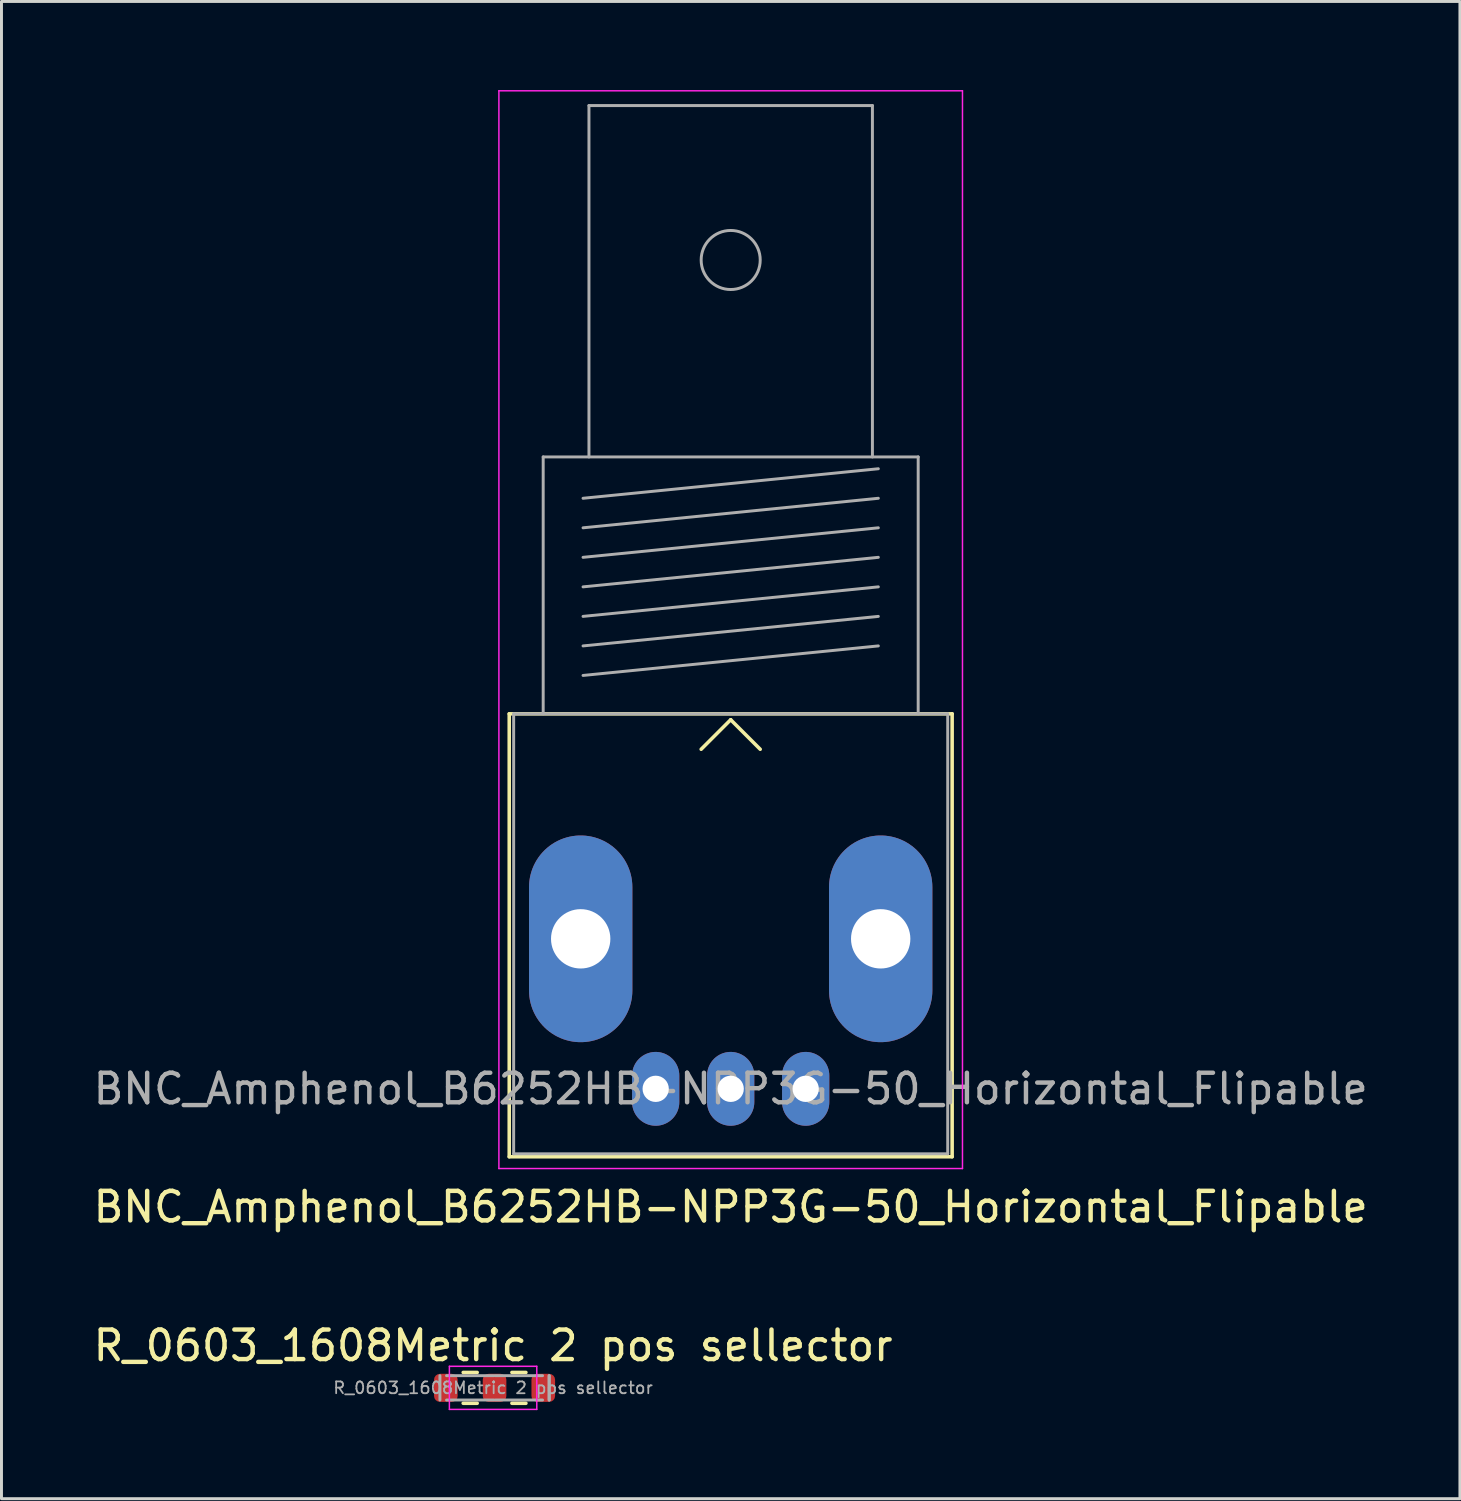
<source format=kicad_pcb>
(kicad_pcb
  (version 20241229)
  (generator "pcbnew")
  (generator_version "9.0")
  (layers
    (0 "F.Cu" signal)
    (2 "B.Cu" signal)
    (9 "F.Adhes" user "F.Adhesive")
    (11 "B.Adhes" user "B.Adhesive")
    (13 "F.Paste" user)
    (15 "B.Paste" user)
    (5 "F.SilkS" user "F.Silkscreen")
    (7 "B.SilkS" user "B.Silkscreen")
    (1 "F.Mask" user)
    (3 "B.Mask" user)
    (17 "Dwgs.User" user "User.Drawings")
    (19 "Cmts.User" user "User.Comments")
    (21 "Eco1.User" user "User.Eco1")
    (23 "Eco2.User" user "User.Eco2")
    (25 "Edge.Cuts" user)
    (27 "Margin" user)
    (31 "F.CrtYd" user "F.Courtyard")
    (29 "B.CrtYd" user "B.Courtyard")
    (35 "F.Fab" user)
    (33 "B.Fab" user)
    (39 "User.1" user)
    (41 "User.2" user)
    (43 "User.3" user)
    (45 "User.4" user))
  (footprint "BNC_Amphenol_B6252HB-NPP3G-50_Horizontal_Flipable"
    (layer "F.Cu")
    (at 21.696 33.825)
    (property "Reference" "BNC_Amphenol_B6252HB-NPP3G-50_Horizontal_Flipable" (at 0 4 0) (layer "F.SilkS") (effects (font (size 1 1) (thickness 0.15))))
    (attr through_hole)
    (fp_line (start -7.5 -12.7) (end 7.5 -12.7) (stroke (width 0.12) (type solid)) (layer "F.SilkS"))
    (fp_line (start -7.5 2.3) (end -7.5 -12.7) (stroke (width 0.12) (type solid)) (layer "F.SilkS"))
    (fp_line (start 0 -12.5) (end -1 -11.5) (stroke (width 0.12) (type solid)) (layer "F.SilkS"))
    (fp_line (start 0 -12.5) (end 1 -11.5) (stroke (width 0.12) (type solid)) (layer "F.SilkS"))
    (fp_line (start 7.5 -12.7) (end 7.5 2.3) (stroke (width 0.12) (type solid)) (layer "F.SilkS"))
    (fp_line (start 7.5 2.3) (end -7.5 2.3) (stroke (width 0.12) (type solid)) (layer "F.SilkS"))
    (fp_line (start -7.85 2.7) (end -7.85 -33.8) (stroke (width 0.05) (type solid)) (layer "F.CrtYd"))
    (fp_line (start -7.85 2.7) (end 7.85 2.7) (stroke (width 0.05) (type solid)) (layer "F.CrtYd"))
    (fp_line (start 7.85 -33.8) (end -7.85 -33.8) (stroke (width 0.05) (type solid)) (layer "F.CrtYd"))
    (fp_line (start 7.85 2.7) (end 7.85 -33.8) (stroke (width 0.05) (type solid)) (layer "F.CrtYd"))
    (fp_line (start -7.35 -12.7) (end -7.35 2.2) (stroke (width 0.1) (type solid)) (layer "F.Fab"))
    (fp_line (start -7.35 2.2) (end 7.35 2.2) (stroke (width 0.1) (type solid)) (layer "F.Fab"))
    (fp_line (start -6.35 -21.4) (end -6.35 -12.7) (stroke (width 0.1) (type solid)) (layer "F.Fab"))
    (fp_line (start -5 -20) (end 5 -21) (stroke (width 0.1) (type solid)) (layer "F.Fab"))
    (fp_line (start -5 -19) (end 5 -20) (stroke (width 0.1) (type solid)) (layer "F.Fab"))
    (fp_line (start -5 -18) (end 5 -19) (stroke (width 0.1) (type solid)) (layer "F.Fab"))
    (fp_line (start -5 -17) (end 5 -18) (stroke (width 0.1) (type solid)) (layer "F.Fab"))
    (fp_line (start -5 -16) (end 5 -17) (stroke (width 0.1) (type solid)) (layer "F.Fab"))
    (fp_line (start -5 -15) (end 5 -16) (stroke (width 0.1) (type solid)) (layer "F.Fab"))
    (fp_line (start -5 -14) (end 5 -15) (stroke (width 0.1) (type solid)) (layer "F.Fab"))
    (fp_line (start -4.8 -33.3) (end -4.8 -21.4) (stroke (width 0.1) (type solid)) (layer "F.Fab"))
    (fp_line (start 4.8 -33.3) (end -4.8 -33.3) (stroke (width 0.1) (type solid)) (layer "F.Fab"))
    (fp_line (start 4.8 -21.4) (end 4.8 -33.3) (stroke (width 0.1) (type solid)) (layer "F.Fab"))
    (fp_line (start 6.35 -21.4) (end -6.35 -21.4) (stroke (width 0.1) (type solid)) (layer "F.Fab"))
    (fp_line (start 6.35 -12.7) (end 6.35 -21.4) (stroke (width 0.1) (type solid)) (layer "F.Fab"))
    (fp_line (start 7.35 -12.7) (end -7.35 -12.7) (stroke (width 0.1) (type solid)) (layer "F.Fab"))
    (fp_line (start 7.35 2.2) (end 7.35 -12.7) (stroke (width 0.1) (type solid)) (layer "F.Fab"))
    (fp_circle (center 0 -28.07) (end 1 -28.07) (stroke (width 0.1) (type solid)) (fill no) (layer "F.Fab"))
    (fp_text user "${REFERENCE}" (at 0 0 0) (layer "F.Fab") (effects (font (size 1 1) (thickness 0.15))))
    (pad "1" thru_hole oval (at 0 0) (size 1.6 2.5) (drill 0.89) (layers "*.Cu" "*.Mask"))
    (pad "2" thru_hole oval (at -5.08 -5.08) (size 3.5 7) (drill 2.01) (layers "*.Cu" "*.Mask"))
    (pad "2" thru_hole oval (at -2.54 0) (size 1.6 2.5) (drill 0.89) (layers "*.Cu" "*.Mask"))
    (pad "2" thru_hole oval (at 2.54 0) (size 1.6 2.5) (drill 0.89) (layers "*.Cu" "*.Mask"))
    (pad "2" thru_hole oval (at 5.08 -5.08) (size 3.5 7) (drill 2.01) (layers "*.Cu" "*.Mask")))
  (footprint "R_0603_1608Metric 2 pos sellector"
    (layer "F.Cu")
    (at 13.649 43.952)
    (property "Reference" "R_0603_1608Metric 2 pos sellector" (at 0 -1.43 0) (layer "F.SilkS") (effects (font (size 1 1) (thickness 0.15))))
    (attr smd)
    (fp_line (start -1.012 -0.522) (end -0.538 -0.522) (stroke (width 0.12) (type solid)) (layer "F.SilkS"))
    (fp_line (start -1.012 0.522) (end -0.538 0.522) (stroke (width 0.12) (type solid)) (layer "F.SilkS"))
    (fp_line (start 1.112 -0.522) (end 0.638 -0.522) (stroke (width 0.12) (type solid)) (layer "F.SilkS"))
    (fp_line (start 1.112 0.522) (end 0.638 0.522) (stroke (width 0.12) (type solid)) (layer "F.SilkS"))
    (fp_line (start -1.48 -0.73) (end 1.48 -0.73) (stroke (width 0.05) (type solid)) (layer "F.CrtYd"))
    (fp_line (start -1.48 0.73) (end -1.48 -0.73) (stroke (width 0.05) (type solid)) (layer "F.CrtYd"))
    (fp_line (start 1.48 -0.73) (end 1.48 0.73) (stroke (width 0.05) (type solid)) (layer "F.CrtYd"))
    (fp_line (start 1.48 0.73) (end -1.48 0.73) (stroke (width 0.05) (type solid)) (layer "F.CrtYd"))
    (fp_line (start -1.8 0.412) (end -1.8 -0.412) (stroke (width 0.1) (type solid)) (layer "F.Fab"))
    (fp_line (start -1.575 -0.412) (end 0.025 -0.412) (stroke (width 0.1) (type solid)) (layer "F.Fab"))
    (fp_line (start 0.025 0.412) (end -1.575 0.412) (stroke (width 0.1) (type solid)) (layer "F.Fab"))
    (fp_line (start 0.075 -0.412) (end 1.675 -0.412) (stroke (width 0.1) (type solid)) (layer "F.Fab"))
    (fp_line (start 1.675 0.412) (end 0.075 0.412) (stroke (width 0.1) (type solid)) (layer "F.Fab"))
    (fp_line (start 1.9 -0.412) (end 1.9 0.412) (stroke (width 0.1) (type solid)) (layer "F.Fab"))
    (fp_line (start 1.9 -0.412) (end 1.9 0.412) (stroke (width 0.1) (type solid)) (layer "F.Fab"))
    (fp_text user "${REFERENCE}" (at 0 0 0) (layer "F.Fab") (effects (font (size 0.4 0.4) (thickness 0.06))))
    (pad "1" smd roundrect (at -1.6 0) (size 0.8 0.95) (layers "F.Cu" "F.Mask" "F.Paste") (roundrect_rratio 0.25))
    (pad "2" smd roundrect (at 0.05 0) (size 0.8 0.95) (layers "F.Cu" "F.Mask" "F.Paste") (roundrect_rratio 0.25))
    (pad "3" smd roundrect (at 1.7 0 180) (size 0.8 0.95) (layers "F.Cu" "F.Mask" "F.Paste") (roundrect_rratio 0.25)))
  (gr_rect
    (start -3 -3)
    (end 46.393 47.706)
    (stroke (width 0.1) (type default))
    (fill no)
    (layer "Edge.Cuts")))
</source>
